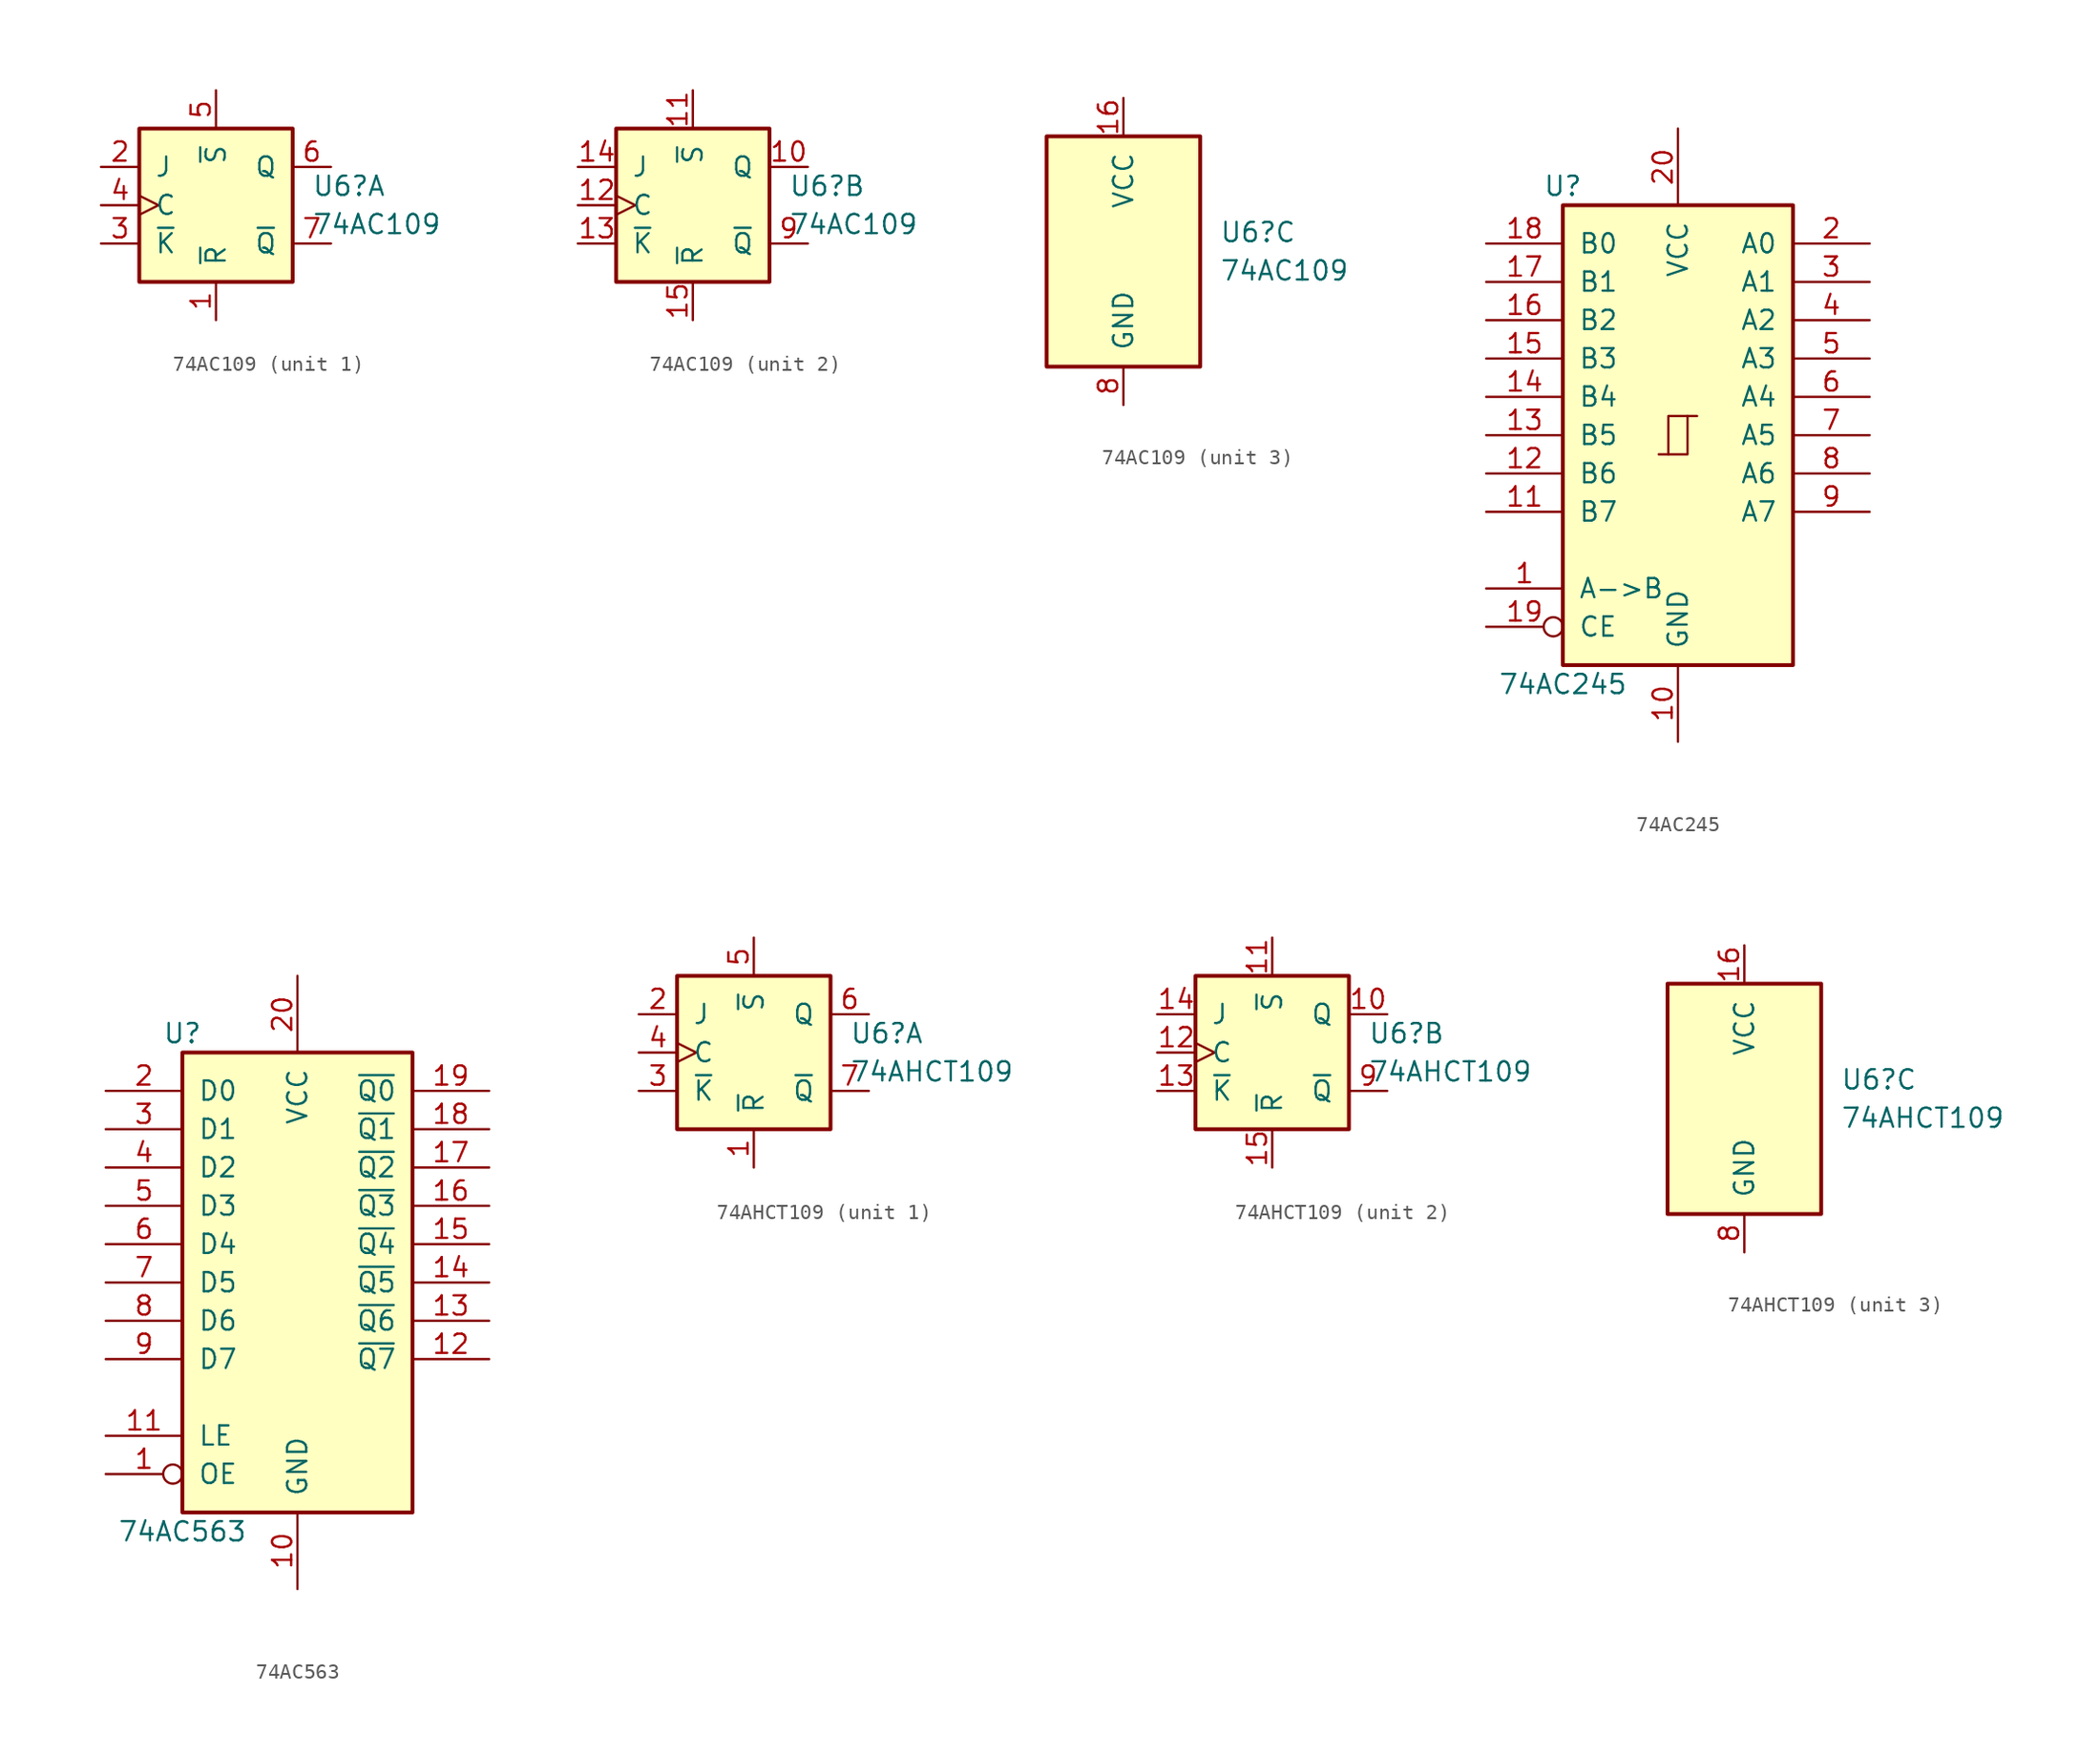
<source format=kicad_sym>
(kicad_symbol_lib
  (version 20241209)
  (generator "kicad_symbol_editor")
  (generator_version "9.0")
  (symbol "74AC109"
    (pin_names
      (offset 1.016))
    (property "Reference" "U6"
      (at 6.35 1.27 0)
      (effects (font (size 1.27 1.27)) (justify left)))
    (property "Value" "74AC109"
      (at 6.35 -1.27 0)
      (effects (font (size 1.27 1.27)) (justify left)))
    (property "ki_locked" ""
      (at 0 0 0)
      (effects (font (size 1.27 1.27))))
    (symbol "74AC109_1_0"
      (pin input line (at -7.62 2.54 0) (length 2.54) (name "J" (effects (font (size 1.27 1.27)))) (number "2" (effects (font (size 1.27 1.27)))))
      (pin input clock (at -7.62 0 0) (length 2.54) (name "C" (effects (font (size 1.27 1.27)))) (number "4" (effects (font (size 1.27 1.27)))))
      (pin input line (at -7.62 -2.54 0) (length 2.54) (name "~{K}" (effects (font (size 1.27 1.27)))) (number "3" (effects (font (size 1.27 1.27)))))
      (pin input line (at 0 7.62 270) (length 2.54) (name "~{S}" (effects (font (size 1.27 1.27)))) (number "5" (effects (font (size 1.27 1.27)))))
      (pin input line (at 0 -7.62 90) (length 2.54) (name "~{R}" (effects (font (size 1.27 1.27)))) (number "1" (effects (font (size 1.27 1.27)))))
      (pin output line (at 7.62 2.54 180) (length 2.54) (name "Q" (effects (font (size 1.27 1.27)))) (number "6" (effects (font (size 1.27 1.27)))))
      (pin output line (at 7.62 -2.54 180) (length 2.54) (name "~{Q}" (effects (font (size 1.27 1.27)))) (number "7" (effects (font (size 1.27 1.27))))))
    (symbol "74AC109_1_1"
      (rectangle (start -5.08 5.08) (end 5.08 -5.08) (stroke (width 0.254) (type solid)) (fill (type background))))
    (symbol "74AC109_2_0"
      (pin input line (at -7.62 2.54 0) (length 2.54) (name "J" (effects (font (size 1.27 1.27)))) (number "14" (effects (font (size 1.27 1.27)))))
      (pin input clock (at -7.62 0 0) (length 2.54) (name "C" (effects (font (size 1.27 1.27)))) (number "12" (effects (font (size 1.27 1.27)))))
      (pin input line (at -7.62 -2.54 0) (length 2.54) (name "~{K}" (effects (font (size 1.27 1.27)))) (number "13" (effects (font (size 1.27 1.27)))))
      (pin input line (at 0 7.62 270) (length 2.54) (name "~{S}" (effects (font (size 1.27 1.27)))) (number "11" (effects (font (size 1.27 1.27)))))
      (pin input line (at 0 -7.62 90) (length 2.54) (name "~{R}" (effects (font (size 1.27 1.27)))) (number "15" (effects (font (size 1.27 1.27)))))
      (pin output line (at 7.62 2.54 180) (length 2.54) (name "Q" (effects (font (size 1.27 1.27)))) (number "10" (effects (font (size 1.27 1.27)))))
      (pin output line (at 7.62 -2.54 180) (length 2.54) (name "~{Q}" (effects (font (size 1.27 1.27)))) (number "9" (effects (font (size 1.27 1.27))))))
    (symbol "74AC109_2_1"
      (rectangle (start -5.08 5.08) (end 5.08 -5.08) (stroke (width 0.254) (type solid)) (fill (type background))))
    (symbol "74AC109_3_0"
      (pin power_in line (at 0 10.16 270) (length 2.54) (name "VCC" (effects (font (size 1.27 1.27)))) (number "16" (effects (font (size 1.27 1.27)))))
      (pin power_in line (at 0 -10.16 90) (length 2.54) (name "GND" (effects (font (size 1.27 1.27)))) (number "8" (effects (font (size 1.27 1.27))))))
    (symbol "74AC109_3_1"
      (rectangle (start -5.08 7.62) (end 5.08 -7.62) (stroke (width 0.254) (type solid)) (fill (type background)))))
  (symbol "74AC245"
    (pin_names
      (offset 1.016))
    (property "Reference" "U"
      (at -7.62 16.51 0)
      (effects (font (size 1.27 1.27))))
    (property "Value" "74AC245"
      (at -7.62 -16.51 0)
      (effects (font (size 1.27 1.27))))
    (symbol "74AC245_1_0"
      (polyline (pts (xy -1.27 -1.27) (xy 0.635 -1.27) (xy 0.635 1.27) (xy 1.27 1.27)) (stroke (width 0) (type default)) (fill (type none)))
      (polyline (pts (xy -0.635 -1.27) (xy -0.635 1.27) (xy 0.635 1.27)) (stroke (width 0) (type default)) (fill (type none)))
      (pin tri_state line (at -12.7 12.7 0) (length 5.08) (name "B0" (effects (font (size 1.27 1.27)))) (number "18" (effects (font (size 1.27 1.27)))))
      (pin tri_state line (at -12.7 10.16 0) (length 5.08) (name "B1" (effects (font (size 1.27 1.27)))) (number "17" (effects (font (size 1.27 1.27)))))
      (pin tri_state line (at -12.7 7.62 0) (length 5.08) (name "B2" (effects (font (size 1.27 1.27)))) (number "16" (effects (font (size 1.27 1.27)))))
      (pin tri_state line (at -12.7 5.08 0) (length 5.08) (name "B3" (effects (font (size 1.27 1.27)))) (number "15" (effects (font (size 1.27 1.27)))))
      (pin tri_state line (at -12.7 2.54 0) (length 5.08) (name "B4" (effects (font (size 1.27 1.27)))) (number "14" (effects (font (size 1.27 1.27)))))
      (pin tri_state line (at -12.7 0 0) (length 5.08) (name "B5" (effects (font (size 1.27 1.27)))) (number "13" (effects (font (size 1.27 1.27)))))
      (pin tri_state line (at -12.7 -2.54 0) (length 5.08) (name "B6" (effects (font (size 1.27 1.27)))) (number "12" (effects (font (size 1.27 1.27)))))
      (pin tri_state line (at -12.7 -5.08 0) (length 5.08) (name "B7" (effects (font (size 1.27 1.27)))) (number "11" (effects (font (size 1.27 1.27)))))
      (pin input line (at -12.7 -10.16 0) (length 5.08) (name "A->B" (effects (font (size 1.27 1.27)))) (number "1" (effects (font (size 1.27 1.27)))))
      (pin input inverted (at -12.7 -12.7 0) (length 5.08) (name "CE" (effects (font (size 1.27 1.27)))) (number "19" (effects (font (size 1.27 1.27)))))
      (pin power_in line (at 0 20.32 270) (length 5.08) (name "VCC" (effects (font (size 1.27 1.27)))) (number "20" (effects (font (size 1.27 1.27)))))
      (pin power_in line (at 0 -20.32 90) (length 5.08) (name "GND" (effects (font (size 1.27 1.27)))) (number "10" (effects (font (size 1.27 1.27)))))
      (pin tri_state line (at 12.7 12.7 180) (length 5.08) (name "A0" (effects (font (size 1.27 1.27)))) (number "2" (effects (font (size 1.27 1.27)))))
      (pin tri_state line (at 12.7 10.16 180) (length 5.08) (name "A1" (effects (font (size 1.27 1.27)))) (number "3" (effects (font (size 1.27 1.27)))))
      (pin tri_state line (at 12.7 7.62 180) (length 5.08) (name "A2" (effects (font (size 1.27 1.27)))) (number "4" (effects (font (size 1.27 1.27)))))
      (pin tri_state line (at 12.7 5.08 180) (length 5.08) (name "A3" (effects (font (size 1.27 1.27)))) (number "5" (effects (font (size 1.27 1.27)))))
      (pin tri_state line (at 12.7 2.54 180) (length 5.08) (name "A4" (effects (font (size 1.27 1.27)))) (number "6" (effects (font (size 1.27 1.27)))))
      (pin tri_state line (at 12.7 0 180) (length 5.08) (name "A5" (effects (font (size 1.27 1.27)))) (number "7" (effects (font (size 1.27 1.27)))))
      (pin tri_state line (at 12.7 -2.54 180) (length 5.08) (name "A6" (effects (font (size 1.27 1.27)))) (number "8" (effects (font (size 1.27 1.27)))))
      (pin tri_state line (at 12.7 -5.08 180) (length 5.08) (name "A7" (effects (font (size 1.27 1.27)))) (number "9" (effects (font (size 1.27 1.27))))))
    (symbol "74AC245_1_1"
      (rectangle (start -7.62 15.24) (end 7.62 -15.24) (stroke (width 0.254) (type default)) (fill (type background)))))
  (symbol "74AC563"
    (pin_names
      (offset 1.016))
    (property "Reference" "U"
      (at -7.62 16.51 0)
      (effects (font (size 1.27 1.27))))
    (property "Value" "74AC563"
      (at -7.62 -16.51 0)
      (effects (font (size 1.27 1.27))))
    (symbol "74AC563_1_0"
      (pin input line (at -12.7 12.7 0) (length 5.08) (name "D0" (effects (font (size 1.27 1.27)))) (number "2" (effects (font (size 1.27 1.27)))))
      (pin input line (at -12.7 10.16 0) (length 5.08) (name "D1" (effects (font (size 1.27 1.27)))) (number "3" (effects (font (size 1.27 1.27)))))
      (pin input line (at -12.7 7.62 0) (length 5.08) (name "D2" (effects (font (size 1.27 1.27)))) (number "4" (effects (font (size 1.27 1.27)))))
      (pin input line (at -12.7 5.08 0) (length 5.08) (name "D3" (effects (font (size 1.27 1.27)))) (number "5" (effects (font (size 1.27 1.27)))))
      (pin input line (at -12.7 2.54 0) (length 5.08) (name "D4" (effects (font (size 1.27 1.27)))) (number "6" (effects (font (size 1.27 1.27)))))
      (pin input line (at -12.7 0 0) (length 5.08) (name "D5" (effects (font (size 1.27 1.27)))) (number "7" (effects (font (size 1.27 1.27)))))
      (pin input line (at -12.7 -2.54 0) (length 5.08) (name "D6" (effects (font (size 1.27 1.27)))) (number "8" (effects (font (size 1.27 1.27)))))
      (pin input line (at -12.7 -5.08 0) (length 5.08) (name "D7" (effects (font (size 1.27 1.27)))) (number "9" (effects (font (size 1.27 1.27)))))
      (pin input line (at -12.7 -10.16 0) (length 5.08) (name "LE" (effects (font (size 1.27 1.27)))) (number "11" (effects (font (size 1.27 1.27)))))
      (pin input inverted (at -12.7 -12.7 0) (length 5.08) (name "OE" (effects (font (size 1.27 1.27)))) (number "1" (effects (font (size 1.27 1.27)))))
      (pin power_in line (at 0 20.32 270) (length 5.08) (name "VCC" (effects (font (size 1.27 1.27)))) (number "20" (effects (font (size 1.27 1.27)))))
      (pin power_in line (at 0 -20.32 90) (length 5.08) (name "GND" (effects (font (size 1.27 1.27)))) (number "10" (effects (font (size 1.27 1.27)))))
      (pin tri_state line (at 12.7 12.7 180) (length 5.08) (name "~{Q0}" (effects (font (size 1.27 1.27)))) (number "19" (effects (font (size 1.27 1.27)))))
      (pin tri_state line (at 12.7 10.16 180) (length 5.08) (name "~{Q1}" (effects (font (size 1.27 1.27)))) (number "18" (effects (font (size 1.27 1.27)))))
      (pin tri_state line (at 12.7 7.62 180) (length 5.08) (name "~{Q2}" (effects (font (size 1.27 1.27)))) (number "17" (effects (font (size 1.27 1.27)))))
      (pin tri_state line (at 12.7 5.08 180) (length 5.08) (name "~{Q3}" (effects (font (size 1.27 1.27)))) (number "16" (effects (font (size 1.27 1.27)))))
      (pin tri_state line (at 12.7 2.54 180) (length 5.08) (name "~{Q4}" (effects (font (size 1.27 1.27)))) (number "15" (effects (font (size 1.27 1.27)))))
      (pin tri_state line (at 12.7 0 180) (length 5.08) (name "~{Q5}" (effects (font (size 1.27 1.27)))) (number "14" (effects (font (size 1.27 1.27)))))
      (pin tri_state line (at 12.7 -2.54 180) (length 5.08) (name "~{Q6}" (effects (font (size 1.27 1.27)))) (number "13" (effects (font (size 1.27 1.27)))))
      (pin tri_state line (at 12.7 -5.08 180) (length 5.08) (name "~{Q7}" (effects (font (size 1.27 1.27)))) (number "12" (effects (font (size 1.27 1.27))))))
    (symbol "74AC563_1_1"
      (rectangle (start -7.62 15.24) (end 7.62 -15.24) (stroke (width 0.254) (type default)) (fill (type background)))))
  (symbol "74AHCT109"
    (pin_names
      (offset 1.016))
    (property "Reference" "U6"
      (at 6.35 1.27 0)
      (effects (font (size 1.27 1.27)) (justify left)))
    (property "Value" "74AHCT109"
      (at 6.35 -1.27 0)
      (effects (font (size 1.27 1.27)) (justify left)))
    (property "ki_locked" ""
      (at 0 0 0)
      (effects (font (size 1.27 1.27))))
    (symbol "74AHCT109_1_0"
      (pin input line (at -7.62 2.54 0) (length 2.54) (name "J" (effects (font (size 1.27 1.27)))) (number "2" (effects (font (size 1.27 1.27)))))
      (pin input clock (at -7.62 0 0) (length 2.54) (name "C" (effects (font (size 1.27 1.27)))) (number "4" (effects (font (size 1.27 1.27)))))
      (pin input line (at -7.62 -2.54 0) (length 2.54) (name "~{K}" (effects (font (size 1.27 1.27)))) (number "3" (effects (font (size 1.27 1.27)))))
      (pin input line (at 0 7.62 270) (length 2.54) (name "~{S}" (effects (font (size 1.27 1.27)))) (number "5" (effects (font (size 1.27 1.27)))))
      (pin input line (at 0 -7.62 90) (length 2.54) (name "~{R}" (effects (font (size 1.27 1.27)))) (number "1" (effects (font (size 1.27 1.27)))))
      (pin output line (at 7.62 2.54 180) (length 2.54) (name "Q" (effects (font (size 1.27 1.27)))) (number "6" (effects (font (size 1.27 1.27)))))
      (pin output line (at 7.62 -2.54 180) (length 2.54) (name "~{Q}" (effects (font (size 1.27 1.27)))) (number "7" (effects (font (size 1.27 1.27))))))
    (symbol "74AHCT109_1_1"
      (rectangle (start -5.08 5.08) (end 5.08 -5.08) (stroke (width 0.254) (type solid)) (fill (type background))))
    (symbol "74AHCT109_2_0"
      (pin input line (at -7.62 2.54 0) (length 2.54) (name "J" (effects (font (size 1.27 1.27)))) (number "14" (effects (font (size 1.27 1.27)))))
      (pin input clock (at -7.62 0 0) (length 2.54) (name "C" (effects (font (size 1.27 1.27)))) (number "12" (effects (font (size 1.27 1.27)))))
      (pin input line (at -7.62 -2.54 0) (length 2.54) (name "~{K}" (effects (font (size 1.27 1.27)))) (number "13" (effects (font (size 1.27 1.27)))))
      (pin input line (at 0 7.62 270) (length 2.54) (name "~{S}" (effects (font (size 1.27 1.27)))) (number "11" (effects (font (size 1.27 1.27)))))
      (pin input line (at 0 -7.62 90) (length 2.54) (name "~{R}" (effects (font (size 1.27 1.27)))) (number "15" (effects (font (size 1.27 1.27)))))
      (pin output line (at 7.62 2.54 180) (length 2.54) (name "Q" (effects (font (size 1.27 1.27)))) (number "10" (effects (font (size 1.27 1.27)))))
      (pin output line (at 7.62 -2.54 180) (length 2.54) (name "~{Q}" (effects (font (size 1.27 1.27)))) (number "9" (effects (font (size 1.27 1.27))))))
    (symbol "74AHCT109_2_1"
      (rectangle (start -5.08 5.08) (end 5.08 -5.08) (stroke (width 0.254) (type solid)) (fill (type background))))
    (symbol "74AHCT109_3_0"
      (pin power_in line (at 0 10.16 270) (length 2.54) (name "VCC" (effects (font (size 1.27 1.27)))) (number "16" (effects (font (size 1.27 1.27)))))
      (pin power_in line (at 0 -10.16 90) (length 2.54) (name "GND" (effects (font (size 1.27 1.27)))) (number "8" (effects (font (size 1.27 1.27))))))
    (symbol "74AHCT109_3_1"
      (rectangle (start -5.08 7.62) (end 5.08 -7.62) (stroke (width 0.254) (type solid)) (fill (type background))))))
</source>
